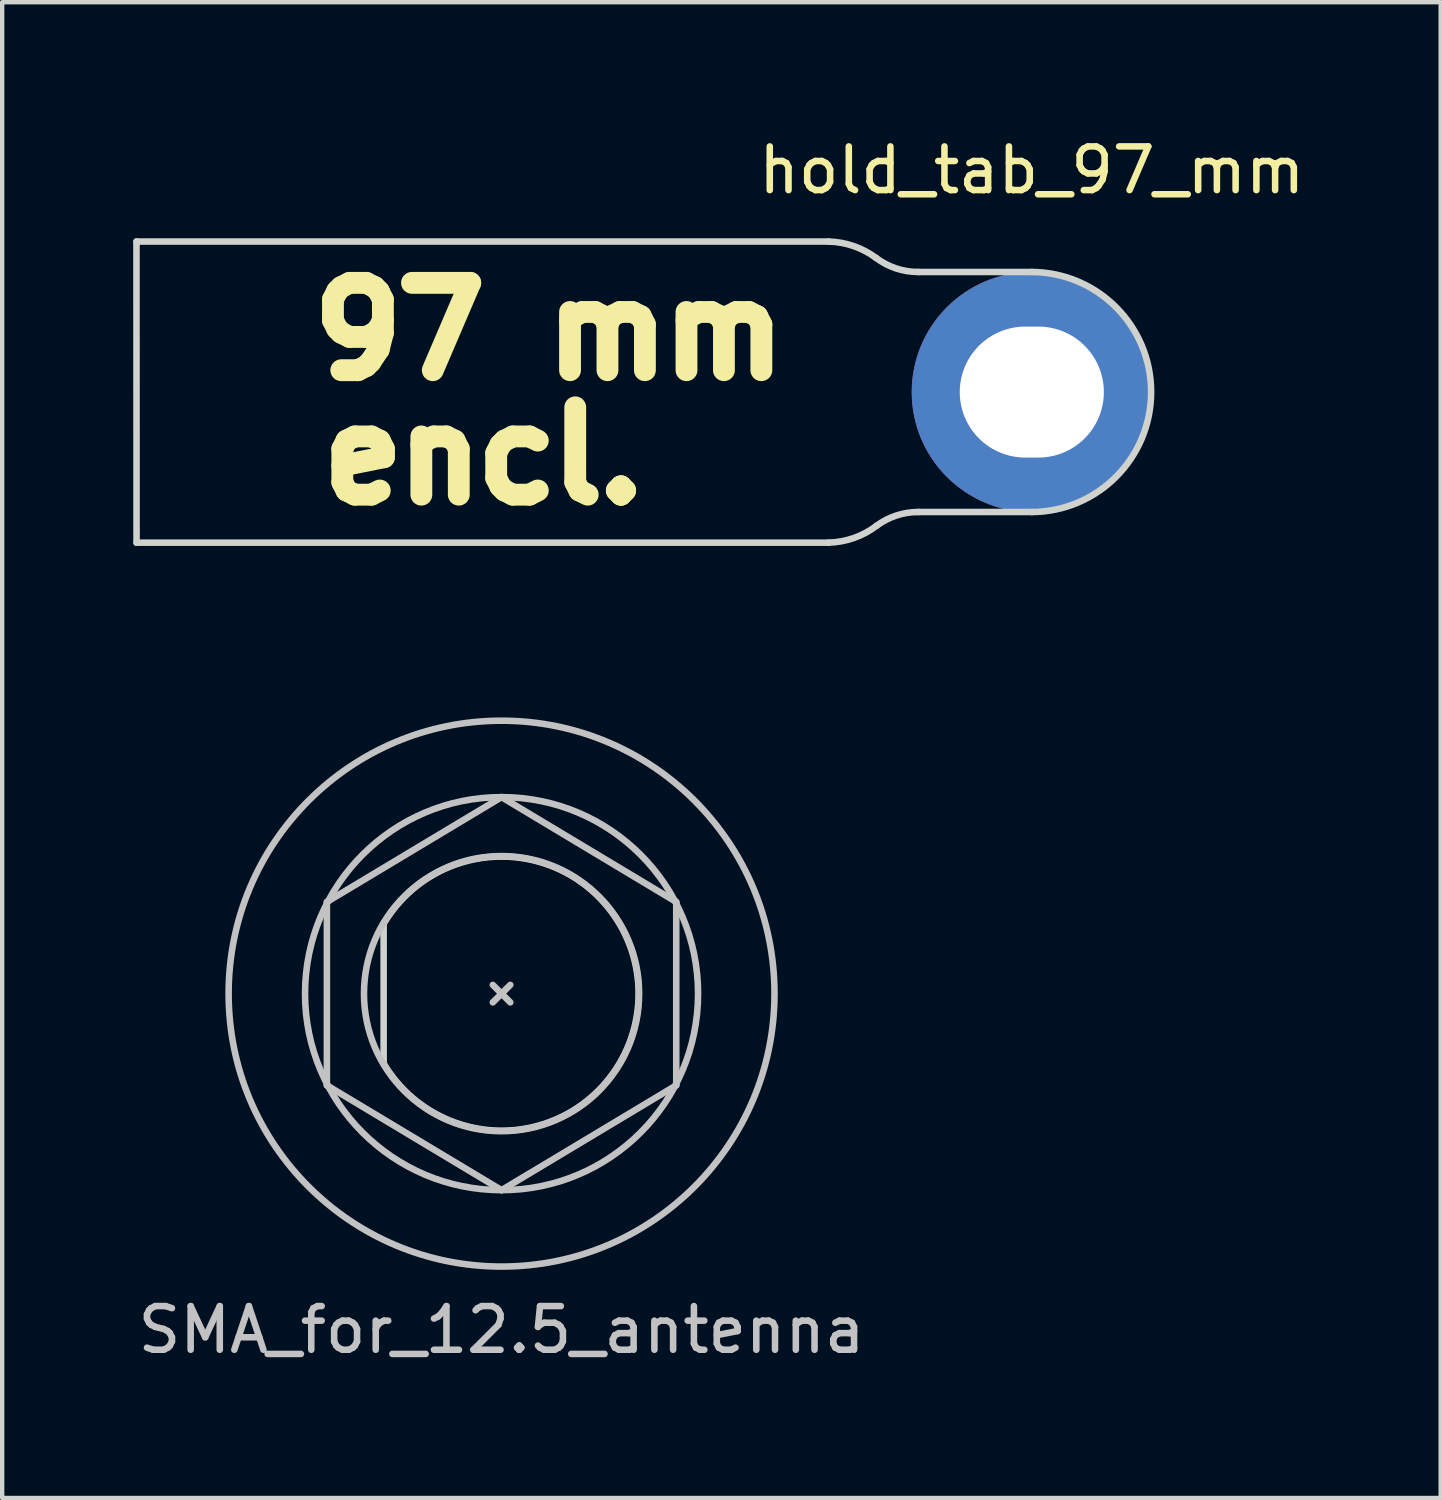
<source format=kicad_pcb>
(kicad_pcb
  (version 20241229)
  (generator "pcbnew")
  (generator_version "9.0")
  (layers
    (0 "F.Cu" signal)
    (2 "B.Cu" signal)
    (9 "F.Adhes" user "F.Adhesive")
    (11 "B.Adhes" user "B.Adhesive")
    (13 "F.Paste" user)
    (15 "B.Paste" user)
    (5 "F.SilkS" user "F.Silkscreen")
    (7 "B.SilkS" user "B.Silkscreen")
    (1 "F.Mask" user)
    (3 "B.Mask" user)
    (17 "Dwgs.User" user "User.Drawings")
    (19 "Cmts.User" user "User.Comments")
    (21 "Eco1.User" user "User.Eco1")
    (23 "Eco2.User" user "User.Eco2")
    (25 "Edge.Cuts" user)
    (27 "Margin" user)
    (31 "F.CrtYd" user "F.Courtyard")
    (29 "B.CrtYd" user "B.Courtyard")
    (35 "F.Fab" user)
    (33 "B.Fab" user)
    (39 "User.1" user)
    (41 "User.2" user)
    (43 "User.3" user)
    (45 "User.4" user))
  (footprint "hold_tab_97_mm"
    (layer "F.Cu")
    (at 20.577 5.928)
    (property "Reference" "hold_tab_97_mm" (at 0 -5.08 0) (layer "F.SilkS") (effects (font (size 1 1) (thickness 0.15))))
    (attr through_hole)
    (fp_line (start -19.55 -3.45) (end -19.55 3.45) (stroke (width 2) (type solid)) (layer "F.Mask"))
    (fp_line (start -19.55 -3.45) (end -19.55 3.45) (stroke (width 2) (type solid)) (layer "B.Mask"))
    (fp_line (start -20.502 -3.447) (end -20.5 3.45) (stroke (width 0.15) (type solid)) (layer "Edge.Cuts"))
    (fp_line (start -20.5 3.448) (end -4.652 3.448) (stroke (width 0.15) (type solid)) (layer "Edge.Cuts"))
    (fp_line (start -4.652 -3.447) (end -20.502 -3.447) (stroke (width 0.15) (type solid)) (layer "Edge.Cuts"))
    (fp_line (start -2.6 2.746) (end 0 2.746) (stroke (width 0.15) (type solid)) (layer "Edge.Cuts"))
    (fp_line (start 0 -2.75) (end -2.6 -2.75) (stroke (width 0.15) (type solid)) (layer "Edge.Cuts"))
    (fp_arc (start -4.652118 -3.446725) (mid -4.082266 -3.344283) (end -3.570002 -3.074448) (stroke (width 0.15) (type solid)) (layer "Edge.Cuts"))
    (fp_arc (start -3.55 3.058063) (mid -4.069925 3.340058) (end -4.651552 3.447548) (stroke (width 0.15) (type solid)) (layer "Edge.Cuts"))
    (fp_arc (start -3.55 3.058063) (mid -3.099921 2.826249) (end -2.6 2.746322) (stroke (width 0.15) (type solid)) (layer "Edge.Cuts"))
    (fp_arc (start -2.6 -2.75) (mid -3.111587 -2.832738) (end -3.570002 -3.074448) (stroke (width 0.15) (type solid)) (layer "Edge.Cuts"))
    (fp_arc (start 0 -2.75) (mid 2.748774 -0.001226) (end 0 2.747548) (stroke (width 0.15) (type solid)) (layer "Edge.Cuts"))
    (fp_text user "encl." (at -12.55 1.45 0) (layer "F.SilkS") (effects (font (size 2 2) (thickness 0.5))))
    (fp_text user "97 mm" (at -11.05 -1.4 0) (layer "F.SilkS") (effects (font (size 2 2) (thickness 0.5))))
    (pad "1" thru_hole circle (at 0 0) (size 5.5 5.5) (drill oval 3.3 3) (layers "*.Cu" "*.Mask")))
  (footprint "SMA_for_12.5_antenna"
    (layer "F.Cu")
    (at 8.435 19.703)
    (property "Reference" "SMA_for_12.5_antenna" (at 0 7.7 0) (layer "Dwgs.User") (effects (font (size 1 1) (thickness 0.15))))
    (attr through_hole)
    (fp_line (start -4 -2.1) (end -4 2.1) (stroke (width 0.15) (type solid)) (layer "Dwgs.User"))
    (fp_line (start -4 2.1) (end 0 4.5) (stroke (width 0.15) (type solid)) (layer "Dwgs.User"))
    (fp_line (start -0.2 0.2) (end 0.2 -0.2) (stroke (width 0.15) (type solid)) (layer "Dwgs.User"))
    (fp_line (start 0 -4.5) (end -4 -2.1) (stroke (width 0.15) (type solid)) (layer "Dwgs.User"))
    (fp_line (start 0 4.5) (end 4 2.1) (stroke (width 0.15) (type solid)) (layer "Dwgs.User"))
    (fp_line (start 0.2 0.2) (end -0.2 -0.2) (stroke (width 0.15) (type solid)) (layer "Dwgs.User"))
    (fp_line (start 4 -2.1) (end 0 -4.5) (stroke (width 0.15) (type solid)) (layer "Dwgs.User"))
    (fp_line (start 4 2.1) (end 4 -2.1) (stroke (width 0.15) (type solid)) (layer "Dwgs.User"))
    (fp_circle (center 0 0) (end 3.15 0) (stroke (width 0.15) (type solid)) (fill no) (layer "Dwgs.User"))
    (fp_circle (center 0 0) (end 4.5 0) (stroke (width 0.15) (type solid)) (fill no) (layer "Dwgs.User"))
    (fp_circle (center 0 0) (end 6.25 0) (stroke (width 0.15) (type solid)) (fill no) (layer "Dwgs.User"))
    (fp_line (start -2.7 -1.6) (end -2.7 1.6) (stroke (width 0.15) (type solid)) (layer "Edge.Cuts"))
    (fp_arc (start -2.7 -1.6) (mid 3.138458 0.008957) (end -2.709089 1.584562) (stroke (width 0.15) (type solid)) (layer "Edge.Cuts")))
  (gr_rect
    (start -3 -3)
    (end 29.94 31.252)
    (stroke (width 0.1) (type default))
    (fill no)
    (layer "Edge.Cuts")))
</source>
